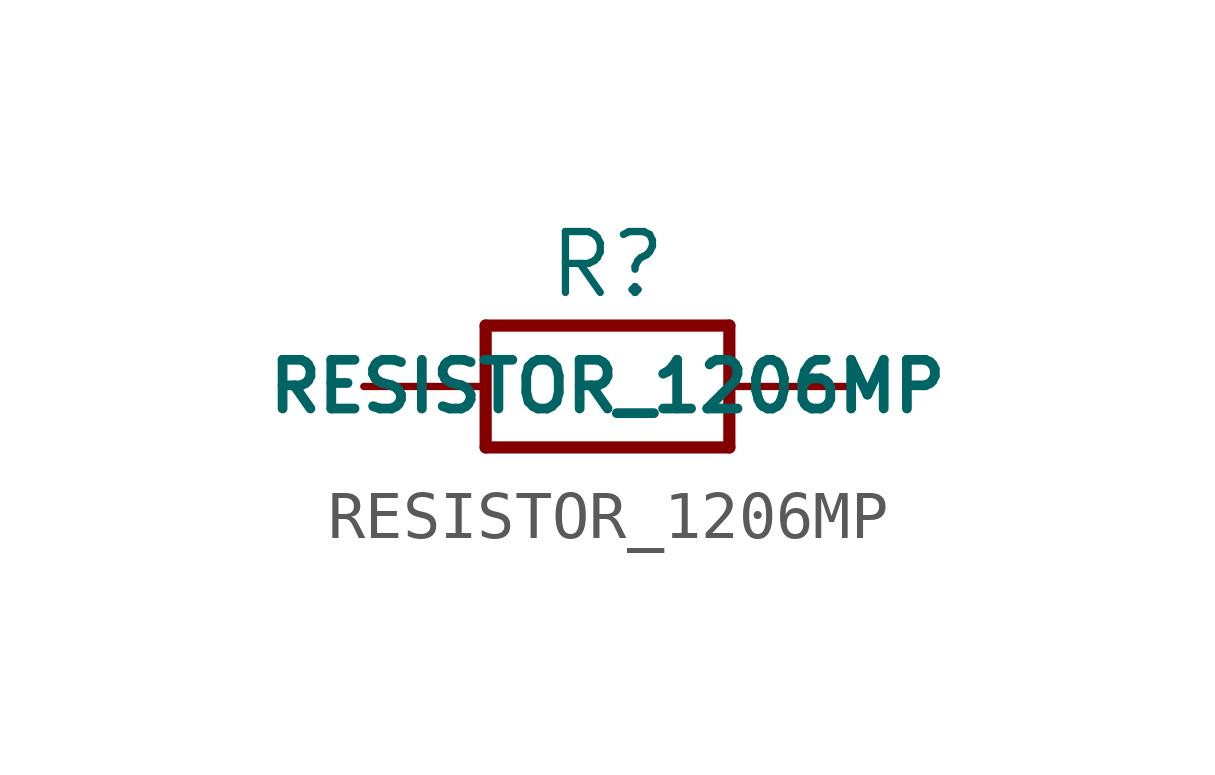
<source format=kicad_sym>
(kicad_symbol_lib
  (version 20201005)
  (generator kicad_symbol_editor)
  (symbol "RESISTOR_1206MP"
    (property "Reference" "R"
      (at 0 2.54 0)
      (effects (font (size 1.27 1.27))))
    (property "Value" "RESISTOR_1206MP"
      (at 0 0 0)
      (effects (font (size 1.016 1.016) bold)))
    (property "ki_locked" ""
      (at 0 0 0)
      (effects (font (size 1.27 1.27))))
    (symbol "RESISTOR_1206MP_1_0"
      (polyline (pts (xy -2.54 -1.27) (xy -2.54 1.27)) (stroke (width 0.254)) (fill (type none)))
      (polyline (pts (xy -2.54 1.27) (xy 2.54 1.27)) (stroke (width 0.254)) (fill (type none)))
      (polyline (pts (xy 2.54 -1.27) (xy -2.54 -1.27)) (stroke (width 0.254)) (fill (type none)))
      (polyline (pts (xy 2.54 1.27) (xy 2.54 -1.27)) (stroke (width 0.254)) (fill (type none)))
      (pin passive line (at -5.08 0 0) (length 2.54) (name "1" (effects (font (size 0 0)))) (number "1" (effects (font (size 0 0)))))
      (pin passive line (at 5.08 0 180) (length 2.54) (name "2" (effects (font (size 0 0)))) (number "2" (effects (font (size 0 0))))))))
</source>
